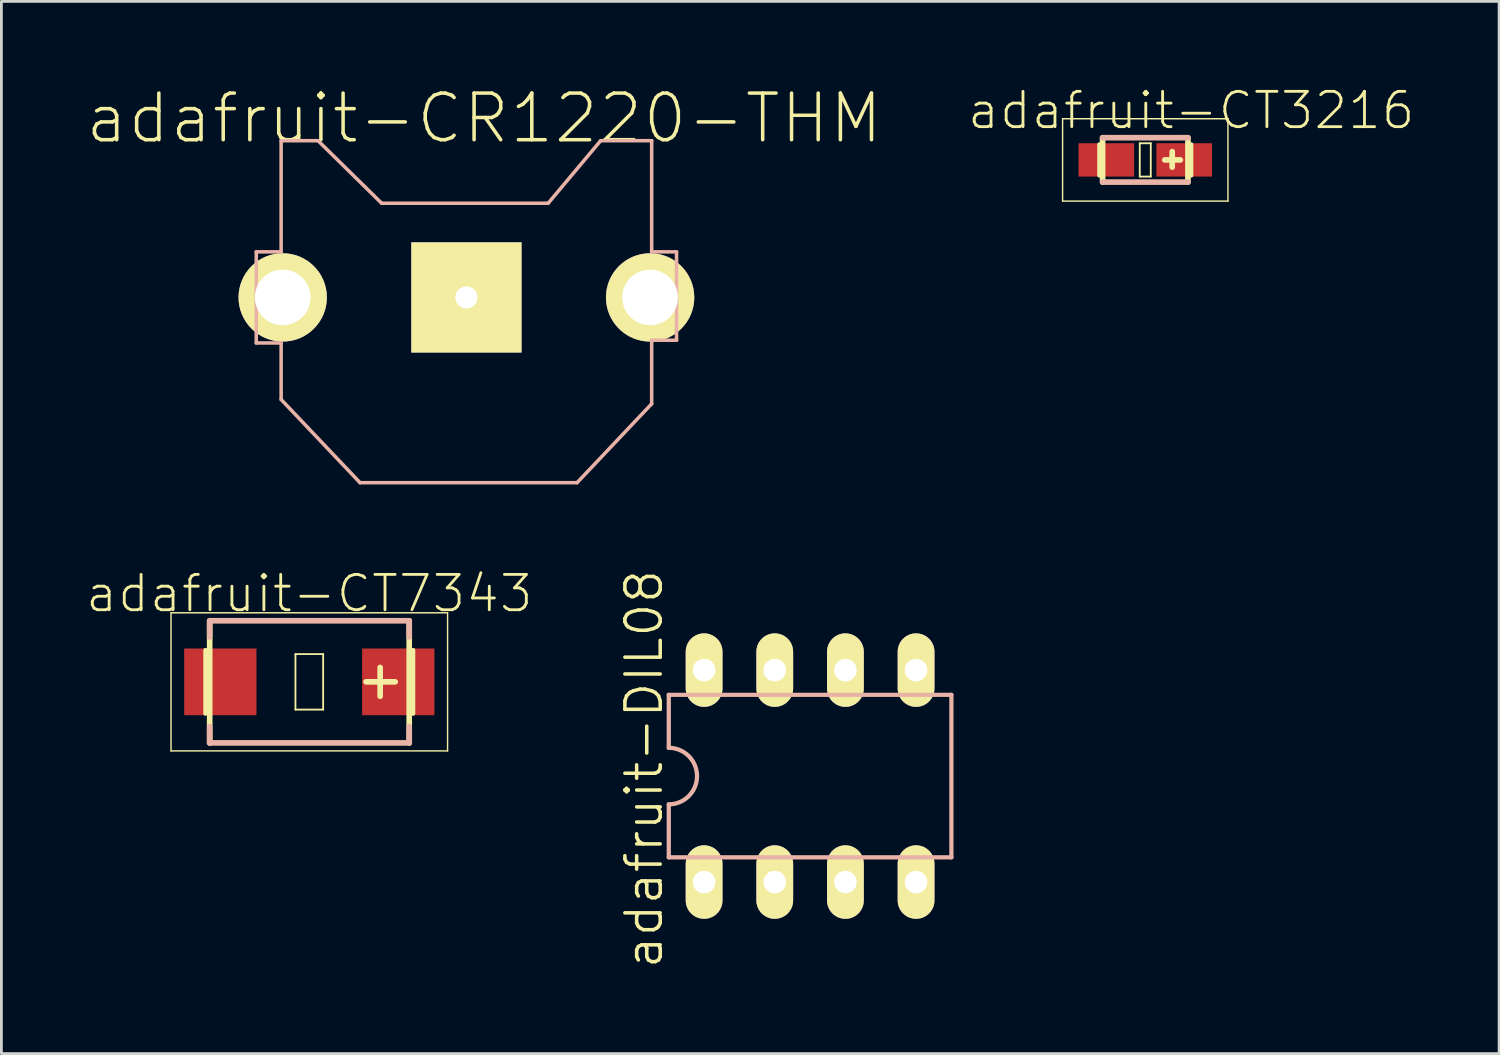
<source format=kicad_pcb>
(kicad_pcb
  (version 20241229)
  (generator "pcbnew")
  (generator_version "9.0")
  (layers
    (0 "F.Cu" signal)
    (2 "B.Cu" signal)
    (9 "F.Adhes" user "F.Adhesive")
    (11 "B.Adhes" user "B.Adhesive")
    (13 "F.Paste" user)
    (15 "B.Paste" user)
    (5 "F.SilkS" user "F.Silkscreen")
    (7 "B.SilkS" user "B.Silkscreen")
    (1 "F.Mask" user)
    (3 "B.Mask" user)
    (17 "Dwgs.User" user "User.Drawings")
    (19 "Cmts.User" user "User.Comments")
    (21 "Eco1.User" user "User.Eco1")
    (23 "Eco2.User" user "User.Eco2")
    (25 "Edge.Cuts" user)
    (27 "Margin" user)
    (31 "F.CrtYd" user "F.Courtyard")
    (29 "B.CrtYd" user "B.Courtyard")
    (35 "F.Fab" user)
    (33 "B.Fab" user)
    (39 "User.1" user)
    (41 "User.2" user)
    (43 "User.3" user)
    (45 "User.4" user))
  (footprint "adafruit-CT7343"
    (layer "F.Cu")
    (at 8.069 21.462)
    (property "Reference" "adafruit-CT7343" (at 0 -3.175 0) (layer "F.SilkS") (effects (font (size 1.27 1.27) (thickness 0.102))))
    (attr smd)
    (fp_line (start -4.971 -2.482) (end 4.971 -2.482) (stroke (width 0.051) (type solid)) (layer "F.SilkS"))
    (fp_line (start -4.971 2.482) (end -4.971 -2.482) (stroke (width 0.051) (type solid)) (layer "F.SilkS"))
    (fp_line (start -3.734 1.143) (end -3.734 -1.143) (stroke (width 0.152) (type solid)) (layer "F.SilkS"))
    (fp_line (start -3.581 -2.195) (end -3.581 2.195) (stroke (width 0.203) (type solid)) (layer "F.SilkS"))
    (fp_line (start -0.498 -0.998) (end 0.498 -0.998) (stroke (width 0.066) (type solid)) (layer "F.SilkS"))
    (fp_line (start -0.498 0.998) (end -0.498 -0.998) (stroke (width 0.066) (type solid)) (layer "F.SilkS"))
    (fp_line (start -0.498 0.998) (end 0.498 0.998) (stroke (width 0.066) (type solid)) (layer "F.SilkS"))
    (fp_line (start 0.498 0.998) (end 0.498 -0.998) (stroke (width 0.066) (type solid)) (layer "F.SilkS"))
    (fp_line (start 2.04 0) (end 3.089 0) (stroke (width 0.203) (type solid)) (layer "F.SilkS"))
    (fp_line (start 2.548 0.518) (end 2.548 -0.518) (stroke (width 0.203) (type solid)) (layer "F.SilkS"))
    (fp_line (start 3.592 -2.195) (end 3.592 2.195) (stroke (width 0.203) (type solid)) (layer "F.SilkS"))
    (fp_line (start 3.734 1.143) (end 3.734 -1.143) (stroke (width 0.152) (type solid)) (layer "F.SilkS"))
    (fp_line (start 4.971 -2.482) (end 4.971 2.482) (stroke (width 0.051) (type solid)) (layer "F.SilkS"))
    (fp_line (start 4.971 2.482) (end -4.971 2.482) (stroke (width 0.051) (type solid)) (layer "F.SilkS"))
    (fp_line (start -3.581 -2.195) (end -3.581 -1.613) (stroke (width 0.203) (type solid)) (layer "B.SilkS"))
    (fp_line (start -3.581 -2.195) (end 3.592 -2.195) (stroke (width 0.203) (type solid)) (layer "B.SilkS"))
    (fp_line (start -3.581 1.613) (end -3.581 2.195) (stroke (width 0.203) (type solid)) (layer "B.SilkS"))
    (fp_line (start -3.581 2.195) (end 3.592 2.195) (stroke (width 0.203) (type solid)) (layer "B.SilkS"))
    (fp_line (start 3.592 -2.195) (end 3.592 -1.613) (stroke (width 0.203) (type solid)) (layer "B.SilkS"))
    (fp_line (start 3.592 1.613) (end 3.592 2.195) (stroke (width 0.203) (type solid)) (layer "B.SilkS"))
    (pad "+" smd rect (at 3.198 0) (size 2.598 2.398) (layers "F.Cu" "F.Mask" "F.Paste"))
    (pad "-" smd rect (at -3.198 0) (size 2.598 2.398) (layers "F.Cu" "F.Mask" "F.Paste")))
  (footprint "adafruit-CR1220-THM"
    (layer "F.Cu")
    (at 13.717 7.642)
    (property "Reference" "adafruit-CR1220-THM" (at 0.635 -6.439 0) (layer "F.SilkS") (effects (font (size 1.676 1.676) (thickness 0.127))))
    (attr exclude_from_pos_files exclude_from_bom)
    (fp_line (start -7.554 -1.638) (end -7.554 1.638) (stroke (width 0.127) (type solid)) (layer "B.SilkS"))
    (fp_line (start -7.554 1.638) (end -6.66 1.638) (stroke (width 0.127) (type solid)) (layer "B.SilkS"))
    (fp_line (start -6.66 -5.634) (end -6.66 -1.638) (stroke (width 0.127) (type solid)) (layer "B.SilkS"))
    (fp_line (start -6.66 -1.638) (end -7.554 -1.638) (stroke (width 0.127) (type solid)) (layer "B.SilkS"))
    (fp_line (start -6.66 1.638) (end -6.66 3.67) (stroke (width 0.127) (type solid)) (layer "B.SilkS"))
    (fp_line (start -6.66 3.67) (end -3.825 6.66) (stroke (width 0.127) (type solid)) (layer "B.SilkS"))
    (fp_line (start -5.334 -5.634) (end -6.66 -5.634) (stroke (width 0.127) (type solid)) (layer "B.SilkS"))
    (fp_line (start -3.825 6.66) (end 3.978 6.66) (stroke (width 0.127) (type solid)) (layer "B.SilkS"))
    (fp_line (start -3.048 -3.386) (end -5.334 -5.634) (stroke (width 0.127) (type solid)) (layer "B.SilkS"))
    (fp_line (start 2.939 -3.386) (end -3.048 -3.386) (stroke (width 0.127) (type solid)) (layer "B.SilkS"))
    (fp_line (start 3.978 6.66) (end 6.66 3.825) (stroke (width 0.127) (type solid)) (layer "B.SilkS"))
    (fp_line (start 4.826 -5.634) (end 2.939 -3.386) (stroke (width 0.127) (type solid)) (layer "B.SilkS"))
    (fp_line (start 6.66 -5.634) (end 4.826 -5.634) (stroke (width 0.127) (type solid)) (layer "B.SilkS"))
    (fp_line (start 6.66 -1.638) (end 6.66 -5.634) (stroke (width 0.127) (type solid)) (layer "B.SilkS"))
    (fp_line (start 6.66 1.539) (end 7.554 1.539) (stroke (width 0.127) (type solid)) (layer "B.SilkS"))
    (fp_line (start 6.66 3.825) (end 6.66 1.539) (stroke (width 0.127) (type solid)) (layer "B.SilkS"))
    (fp_line (start 7.554 -1.638) (end 6.66 -1.638) (stroke (width 0.127) (type solid)) (layer "B.SilkS"))
    (fp_line (start 7.554 1.539) (end 7.554 -1.638) (stroke (width 0.127) (type solid)) (layer "B.SilkS"))
    (pad "+1" thru_hole circle (at -6.604 0) (size 3.175 3.175) (drill 1.999) (layers "*.Cu" "F.Mask" "F.SilkS" "F.Paste"))
    (pad "+2" thru_hole circle (at 6.604 0) (size 3.175 3.175) (drill 1.999) (layers "*.Cu" "F.Mask" "F.SilkS" "F.Paste"))
    (pad "-" thru_hole rect (at 0 0) (size 3.962 3.962) (drill 0.798) (layers "*.Cu" "F.Mask" "F.SilkS" "F.Paste")))
  (footprint "adafruit-CT3216"
    (layer "F.Cu")
    (at 38.122 2.699)
    (property "Reference" "adafruit-CT3216" (at 1.651 -1.778 0) (layer "F.SilkS") (effects (font (size 1.27 1.27) (thickness 0.102))))
    (attr smd)
    (fp_line (start -2.972 -1.481) (end 2.972 -1.481) (stroke (width 0.051) (type solid)) (layer "F.SilkS"))
    (fp_line (start -2.972 1.481) (end -2.972 -1.481) (stroke (width 0.051) (type solid)) (layer "F.SilkS"))
    (fp_line (start -1.651 0.559) (end -1.651 -0.559) (stroke (width 0.152) (type solid)) (layer "F.SilkS"))
    (fp_line (start -1.534 -0.798) (end -1.534 0.798) (stroke (width 0.203) (type solid)) (layer "F.SilkS"))
    (fp_line (start -0.198 -0.599) (end 0.198 -0.599) (stroke (width 0.066) (type solid)) (layer "F.SilkS"))
    (fp_line (start -0.198 0.599) (end -0.198 -0.599) (stroke (width 0.066) (type solid)) (layer "F.SilkS"))
    (fp_line (start -0.198 0.599) (end 0.198 0.599) (stroke (width 0.066) (type solid)) (layer "F.SilkS"))
    (fp_line (start 0.198 0.599) (end 0.198 -0.599) (stroke (width 0.066) (type solid)) (layer "F.SilkS"))
    (fp_line (start 0.699 0) (end 1.26 0) (stroke (width 0.203) (type solid)) (layer "F.SilkS"))
    (fp_line (start 0.968 0.259) (end 0.968 -0.3) (stroke (width 0.203) (type solid)) (layer "F.SilkS"))
    (fp_line (start 1.534 0.798) (end 1.534 -0.798) (stroke (width 0.203) (type solid)) (layer "F.SilkS"))
    (fp_line (start 1.651 0.559) (end 1.651 -0.559) (stroke (width 0.152) (type solid)) (layer "F.SilkS"))
    (fp_line (start 2.972 -1.481) (end 2.972 1.481) (stroke (width 0.051) (type solid)) (layer "F.SilkS"))
    (fp_line (start 2.972 1.481) (end -2.972 1.481) (stroke (width 0.051) (type solid)) (layer "F.SilkS"))
    (fp_line (start -1.534 0.798) (end 1.534 0.798) (stroke (width 0.203) (type solid)) (layer "B.SilkS"))
    (fp_line (start 1.534 -0.798) (end -1.534 -0.798) (stroke (width 0.203) (type solid)) (layer "B.SilkS"))
    (pad "+" smd rect (at 1.4 0) (size 1.999 1.199) (layers "F.Cu" "F.Mask" "F.Paste"))
    (pad "-" smd rect (at -1.4 0) (size 1.999 1.199) (layers "F.Cu" "F.Mask" "F.Paste")))
  (footprint "adafruit-DIL08"
    (layer "F.Cu")
    (at 26.072 24.85)
    (property "Reference" "adafruit-DIL08" (at -5.969 -0.254 90) (layer "F.SilkS") (effects (font (size 1.27 1.27) (thickness 0.127))))
    (attr exclude_from_pos_files exclude_from_bom)
    (fp_line (start -5.08 -2.921) (end -5.08 -1.016) (stroke (width 0.152) (type solid)) (layer "B.SilkS"))
    (fp_line (start -5.08 2.921) (end -5.08 1.016) (stroke (width 0.152) (type solid)) (layer "B.SilkS"))
    (fp_line (start -5.08 2.921) (end 5.08 2.921) (stroke (width 0.152) (type solid)) (layer "B.SilkS"))
    (fp_line (start 5.08 -2.921) (end -5.08 -2.921) (stroke (width 0.152) (type solid)) (layer "B.SilkS"))
    (fp_line (start 5.08 -2.921) (end 5.08 2.921) (stroke (width 0.152) (type solid)) (layer "B.SilkS"))
    (fp_arc (start -5.08 -1.016) (mid -4.064 0) (end -5.08 1.016) (stroke (width 0.1524) (type solid)) (layer "B.SilkS"))
    (pad "1" thru_hole oval (at -3.81 3.81 180) (size 1.321 2.642) (drill 0.813) (layers "*.Cu" "F.Mask" "F.SilkS" "F.Paste"))
    (pad "2" thru_hole oval (at -1.27 3.81 180) (size 1.321 2.642) (drill 0.813) (layers "*.Cu" "F.Mask" "F.SilkS" "F.Paste"))
    (pad "3" thru_hole oval (at 1.27 3.81 180) (size 1.321 2.642) (drill 0.813) (layers "*.Cu" "F.Mask" "F.SilkS" "F.Paste"))
    (pad "4" thru_hole oval (at 3.81 3.81 180) (size 1.321 2.642) (drill 0.813) (layers "*.Cu" "F.Mask" "F.SilkS" "F.Paste"))
    (pad "5" thru_hole oval (at 3.81 -3.81 180) (size 1.321 2.642) (drill 0.813) (layers "*.Cu" "F.Mask" "F.SilkS" "F.Paste"))
    (pad "6" thru_hole oval (at 1.27 -3.81 180) (size 1.321 2.642) (drill 0.813) (layers "*.Cu" "F.Mask" "F.SilkS" "F.Paste"))
    (pad "7" thru_hole oval (at -1.27 -3.81 180) (size 1.321 2.642) (drill 0.813) (layers "*.Cu" "F.Mask" "F.SilkS" "F.Paste"))
    (pad "8" thru_hole oval (at -3.81 -3.81 180) (size 1.321 2.642) (drill 0.813) (layers "*.Cu" "F.Mask" "F.SilkS" "F.Paste")))
  (gr_rect
    (start -3 -3)
    (end 50.842 34.826)
    (stroke (width 0.1) (type default))
    (fill no)
    (layer "Edge.Cuts")))
</source>
